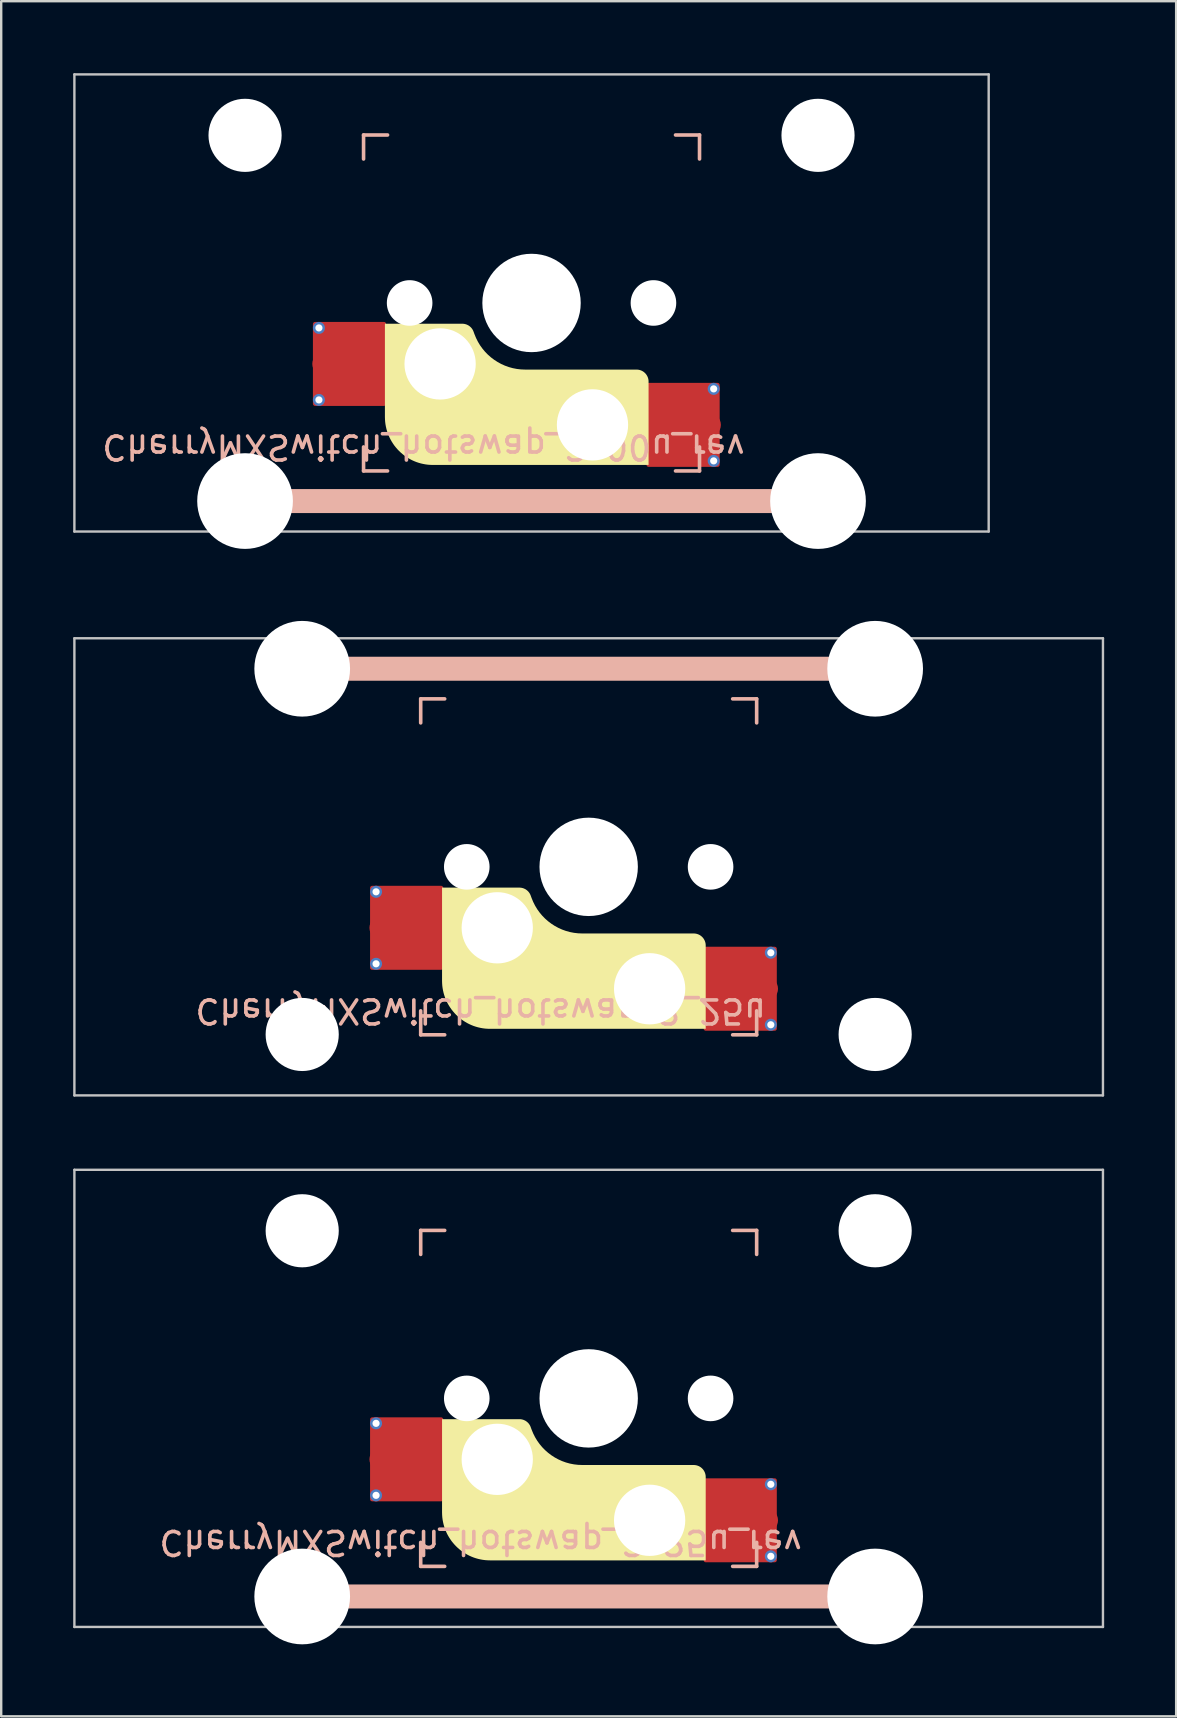
<source format=kicad_pcb>
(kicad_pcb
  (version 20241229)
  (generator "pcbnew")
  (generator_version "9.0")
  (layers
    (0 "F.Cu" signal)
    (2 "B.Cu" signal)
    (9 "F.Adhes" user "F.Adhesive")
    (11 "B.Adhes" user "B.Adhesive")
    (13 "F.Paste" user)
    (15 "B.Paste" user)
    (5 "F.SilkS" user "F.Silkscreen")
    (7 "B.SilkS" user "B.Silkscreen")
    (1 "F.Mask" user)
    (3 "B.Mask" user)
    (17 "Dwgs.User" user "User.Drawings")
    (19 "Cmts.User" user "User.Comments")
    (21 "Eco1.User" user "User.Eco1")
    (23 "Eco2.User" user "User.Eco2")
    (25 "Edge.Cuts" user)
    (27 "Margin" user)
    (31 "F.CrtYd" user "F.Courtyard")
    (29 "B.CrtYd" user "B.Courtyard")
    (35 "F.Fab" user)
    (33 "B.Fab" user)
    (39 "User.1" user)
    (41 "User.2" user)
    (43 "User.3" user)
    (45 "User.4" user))
  (footprint "CherryMXSwitch_hotswap_2_25u"
    (layer "F.Cu")
    (at 21.481 33.073)
    (property "Reference" "CherryMXSwitch_hotswap_2_25u" (at -4.5 6 180) (unlocked yes) (layer "B.SilkS") (effects (font (size 1 1) (thickness 0.15)) (justify mirror)))
    (attr smd)
    (fp_poly (pts (xy 4.877 3.276) (xy 4.876 3.252) (xy 4.875 3.227) (xy 4.872 3.203) (xy 4.867 3.178) (xy 4.862 3.154) (xy 4.855 3.131) (xy 4.848 3.108) (xy 4.839 3.085) (xy 4.829 3.063) (xy 4.818 3.041) (xy 4.806 3.02) (xy 4.793 2.999) (xy 4.779 2.979) (xy 4.764 2.959) (xy 4.748 2.941) (xy 4.731 2.923) (xy 4.713 2.906) (xy 4.694 2.89) (xy 4.675 2.874) (xy 4.654 2.86) (xy 4.634 2.847) (xy 4.612 2.835) (xy 4.591 2.824) (xy 4.568 2.814) (xy 4.546 2.806) (xy 4.522 2.798) (xy 4.499 2.791) (xy 4.475 2.786) (xy 4.451 2.782) (xy 4.426 2.779) (xy 4.402 2.777) (xy 4.377 2.776) (xy -0.266 2.776) (xy -0.442 2.769) (xy -0.615 2.749) (xy -0.784 2.716) (xy -0.95 2.67) (xy -1.11 2.612) (xy -1.265 2.542) (xy -1.414 2.461) (xy -1.556 2.369) (xy -1.691 2.267) (xy -1.818 2.155) (xy -1.937 2.033) (xy -2.046 1.902) (xy -2.146 1.763) (xy -2.235 1.615) (xy -2.313 1.459) (xy -2.38 1.296) (xy -2.417 1.195) (xy -2.424 1.176) (xy -2.432 1.158) (xy -2.44 1.141) (xy -2.449 1.124) (xy -2.459 1.107) (xy -2.469 1.091) (xy -2.48 1.075) (xy -2.491 1.06) (xy -2.503 1.045) (xy -2.515 1.031) (xy -2.528 1.017) (xy -2.542 1.004) (xy -2.556 0.991) (xy -2.57 0.979) (xy -2.585 0.967) (xy -2.6 0.956) (xy -2.615 0.945) (xy -2.631 0.936) (xy -2.648 0.926) (xy -2.665 0.918) (xy -2.682 0.91) (xy -2.699 0.902) (xy -2.717 0.895) (xy -2.735 0.889) (xy -2.753 0.884) (xy -2.771 0.879) (xy -2.79 0.875) (xy -2.809 0.872) (xy -2.828 0.869) (xy -2.848 0.867) (xy -2.867 0.866) (xy -2.887 0.866) (xy -6.11 0.866) (xy -6.11 4.75) (xy -6.107 4.853) (xy -6.1 4.954) (xy -6.087 5.055) (xy -6.069 5.153) (xy -6.047 5.25) (xy -6.02 5.345) (xy -5.989 5.438) (xy -5.953 5.528) (xy -5.913 5.617) (xy -5.869 5.703) (xy -5.82 5.787) (xy -5.768 5.868) (xy -5.713 5.947) (xy -5.653 6.022) (xy -5.59 6.095) (xy -5.524 6.164) (xy -5.455 6.23) (xy -5.382 6.293) (xy -5.307 6.353) (xy -5.228 6.408) (xy -5.147 6.46) (xy -5.063 6.509) (xy -4.977 6.553) (xy -4.888 6.593) (xy -4.798 6.629) (xy -4.705 6.66) (xy -4.61 6.687) (xy -4.513 6.709) (xy -4.415 6.727) (xy -4.314 6.74) (xy -4.213 6.747) (xy -4.11 6.75) (xy 4.877 6.75)) (stroke (width 0) (type solid)) (fill yes) (layer "F.SilkS"))
    (fp_line (start -11.938 -8.255) (end 11.938 -8.255) (stroke (width 1) (type solid)) (layer "B.SilkS"))
    (fp_line (start -7 -7) (end -6 -7) (stroke (width 0.15) (type solid)) (layer "B.SilkS"))
    (fp_line (start -7 -6) (end -7 -7) (stroke (width 0.15) (type solid)) (layer "B.SilkS"))
    (fp_line (start -7 6) (end -7 7) (stroke (width 0.15) (type solid)) (layer "B.SilkS"))
    (fp_line (start -7 7) (end -6 7) (stroke (width 0.15) (type solid)) (layer "B.SilkS"))
    (fp_line (start 6 -7) (end 7 -7) (stroke (width 0.15) (type solid)) (layer "B.SilkS"))
    (fp_line (start 7 -7) (end 7 -6) (stroke (width 0.15) (type solid)) (layer "B.SilkS"))
    (fp_line (start 7 7) (end 6 7) (stroke (width 0.15) (type solid)) (layer "B.SilkS"))
    (fp_line (start 7 7) (end 7 6) (stroke (width 0.15) (type solid)) (layer "B.SilkS"))
    (fp_line (start -21.431 -9.525) (end -21.431 9.525) (stroke (width 0.1) (type solid)) (layer "Dwgs.User"))
    (fp_line (start -21.431 9.525) (end 21.431 9.525) (stroke (width 0.1) (type solid)) (layer "Dwgs.User"))
    (fp_line (start 21.431 -9.525) (end -21.431 -9.525) (stroke (width 0.1) (type solid)) (layer "Dwgs.User"))
    (fp_line (start 21.431 9.525) (end 21.431 -9.525) (stroke (width 0.1) (type solid)) (layer "Dwgs.User"))
    (fp_line (start -7 -7) (end 7 -7) (stroke (width 0.1) (type solid)) (layer "Eco1.User"))
    (fp_line (start -7 7) (end -7 -7) (stroke (width 0.1) (type solid)) (layer "Eco1.User"))
    (fp_line (start 7 -7) (end 7 7) (stroke (width 0.1) (type solid)) (layer "Eco1.User"))
    (fp_line (start 7 7) (end -7 7) (stroke (width 0.1) (type solid)) (layer "Eco1.User"))
    (fp_rect (start 1.75 -3.25) (end -1.75 -6.35) (stroke (width 0.1) (type solid)) (fill no) (layer "Eco1.User"))
    (fp_line (start 0 0) (end 0 -4.8) (stroke (width 0.1) (type solid)) (layer "Eco2.User"))
    (fp_line (start 0 0) (end 8.262 0) (stroke (width 0.1) (type solid)) (layer "Eco2.User"))
    (pad "" np_thru_hole circle (at -11.938 -8.255) (size 3.988 3.988) (drill 3.988) (layers "*.Cu" "*.Mask"))
    (pad "" np_thru_hole circle (at -11.938 6.985) (size 3.048 3.048) (drill 3.048) (layers "*.Cu" "*.Mask"))
    (pad "" np_thru_hole circle (at -5.08 0) (size 1.9 1.9) (drill 1.9) (layers "*.Cu" "*.Mask"))
    (pad "" np_thru_hole circle (at -3.81 2.54) (size 3 3) (drill 2.97) (layers "*.Cu" "*.Mask"))
    (pad "" np_thru_hole circle (at 0 0 270) (size 4.1 4.1) (drill 4.1) (layers "*.Cu" "*.Mask"))
    (pad "" np_thru_hole circle (at 2.54 5.08) (size 3 3) (drill 2.97) (layers "*.Cu" "*.Mask"))
    (pad "" np_thru_hole circle (at 5.08 0) (size 1.9 1.9) (drill 1.9) (layers "*.Cu" "*.Mask"))
    (pad "" np_thru_hole circle (at 11.938 -8.255) (size 3.988 3.988) (drill 3.988) (layers "*.Cu" "*.Mask"))
    (pad "" np_thru_hole circle (at 11.938 6.985) (size 3.048 3.048) (drill 3.048) (layers "*.Cu" "*.Mask"))
    (pad "1" thru_hole circle (at -8.86 1.04) (size 0.5 0.5) (drill 0.3) (layers "*.Cu" "B.Mask"))
    (pad "1" thru_hole circle (at -8.86 4.04) (size 0.5 0.5) (drill 0.3) (layers "*.Cu" "B.Mask"))
    (pad "1" smd circle (at -8.635 2.54 180) (size 1 1) (layers "F.Cu" "F.Mask" "F.Paste"))
    (pad "1" smd roundrect (at -7.585 2.54 180) (size 3.05 3.5) (layers "F.Cu") (roundrect_rratio 0.029))
    (pad "1" smd roundrect (at -7.385 2.54 180) (size 2.55 2.5) (layers "F.Cu" "F.Mask" "F.Paste") (roundrect_rratio 0.1))
    (pad "2" smd roundrect (at 6.115 5.08) (size 2.55 2.5) (layers "F.Cu" "F.Mask" "F.Paste") (roundrect_rratio 0.1))
    (pad "2" smd roundrect (at 6.315 5.08) (size 3.05 3.5) (layers "F.Cu") (roundrect_rratio 0.029))
    (pad "2" smd circle (at 7.39 5.08 180) (size 1 1) (layers "F.Cu" "F.Mask" "F.Paste"))
    (pad "2" thru_hole circle (at 7.59 3.58 180) (size 0.5 0.5) (drill 0.3) (layers "*.Cu" "B.Mask"))
    (pad "2" thru_hole circle (at 7.59 6.58 180) (size 0.5 0.5) (drill 0.3) (layers "*.Cu" "B.Mask")))
  (footprint "CherryMXSwitch_hotswap_2_00u_rev"
    (layer "F.Cu")
    (at 19.1 9.575)
    (property "Reference" "CherryMXSwitch_hotswap_2_00u_rev" (at -4.5 6 180) (unlocked yes) (layer "B.SilkS") (effects (font (size 1 1) (thickness 0.15)) (justify mirror)))
    (attr smd)
    (fp_poly (pts (xy 4.877 3.276) (xy 4.876 3.252) (xy 4.875 3.227) (xy 4.872 3.203) (xy 4.867 3.178) (xy 4.862 3.154) (xy 4.855 3.131) (xy 4.848 3.108) (xy 4.839 3.085) (xy 4.829 3.063) (xy 4.818 3.041) (xy 4.806 3.02) (xy 4.793 2.999) (xy 4.779 2.979) (xy 4.764 2.959) (xy 4.748 2.941) (xy 4.731 2.923) (xy 4.713 2.906) (xy 4.694 2.89) (xy 4.675 2.874) (xy 4.654 2.86) (xy 4.634 2.847) (xy 4.612 2.835) (xy 4.591 2.824) (xy 4.568 2.814) (xy 4.546 2.806) (xy 4.522 2.798) (xy 4.499 2.791) (xy 4.475 2.786) (xy 4.451 2.782) (xy 4.426 2.779) (xy 4.402 2.777) (xy 4.377 2.776) (xy -0.266 2.776) (xy -0.442 2.769) (xy -0.615 2.749) (xy -0.784 2.716) (xy -0.95 2.67) (xy -1.11 2.612) (xy -1.265 2.542) (xy -1.414 2.461) (xy -1.556 2.369) (xy -1.691 2.267) (xy -1.818 2.155) (xy -1.937 2.033) (xy -2.046 1.902) (xy -2.146 1.763) (xy -2.235 1.615) (xy -2.313 1.459) (xy -2.38 1.296) (xy -2.417 1.195) (xy -2.424 1.176) (xy -2.432 1.158) (xy -2.44 1.141) (xy -2.449 1.124) (xy -2.459 1.107) (xy -2.469 1.091) (xy -2.48 1.075) (xy -2.491 1.06) (xy -2.503 1.045) (xy -2.515 1.031) (xy -2.528 1.017) (xy -2.542 1.004) (xy -2.556 0.991) (xy -2.57 0.979) (xy -2.585 0.967) (xy -2.6 0.956) (xy -2.615 0.945) (xy -2.631 0.936) (xy -2.648 0.926) (xy -2.665 0.918) (xy -2.682 0.91) (xy -2.699 0.902) (xy -2.717 0.895) (xy -2.735 0.889) (xy -2.753 0.884) (xy -2.771 0.879) (xy -2.79 0.875) (xy -2.809 0.872) (xy -2.828 0.869) (xy -2.848 0.867) (xy -2.867 0.866) (xy -2.887 0.866) (xy -6.11 0.866) (xy -6.11 4.75) (xy -6.107 4.853) (xy -6.1 4.954) (xy -6.087 5.055) (xy -6.069 5.153) (xy -6.047 5.25) (xy -6.02 5.345) (xy -5.989 5.438) (xy -5.953 5.528) (xy -5.913 5.617) (xy -5.869 5.703) (xy -5.82 5.787) (xy -5.768 5.868) (xy -5.713 5.947) (xy -5.653 6.022) (xy -5.59 6.095) (xy -5.524 6.164) (xy -5.455 6.23) (xy -5.382 6.293) (xy -5.307 6.353) (xy -5.228 6.408) (xy -5.147 6.46) (xy -5.063 6.509) (xy -4.977 6.553) (xy -4.888 6.593) (xy -4.798 6.629) (xy -4.705 6.66) (xy -4.61 6.687) (xy -4.513 6.709) (xy -4.415 6.727) (xy -4.314 6.74) (xy -4.213 6.747) (xy -4.11 6.75) (xy 4.877 6.75)) (stroke (width 0) (type solid)) (fill yes) (layer "F.SilkS"))
    (fp_line (start -7 -7) (end -6 -7) (stroke (width 0.15) (type solid)) (layer "B.SilkS"))
    (fp_line (start -7 -6) (end -7 -7) (stroke (width 0.15) (type solid)) (layer "B.SilkS"))
    (fp_line (start -7 6) (end -7 7) (stroke (width 0.15) (type solid)) (layer "B.SilkS"))
    (fp_line (start -7 7) (end -6 7) (stroke (width 0.15) (type solid)) (layer "B.SilkS"))
    (fp_line (start 6 -7) (end 7 -7) (stroke (width 0.15) (type solid)) (layer "B.SilkS"))
    (fp_line (start 7 -7) (end 7 -6) (stroke (width 0.15) (type solid)) (layer "B.SilkS"))
    (fp_line (start 7 7) (end 6 7) (stroke (width 0.15) (type solid)) (layer "B.SilkS"))
    (fp_line (start 7 7) (end 7 6) (stroke (width 0.15) (type solid)) (layer "B.SilkS"))
    (fp_line (start 11.938 8.255) (end -11.938 8.255) (stroke (width 1) (type solid)) (layer "B.SilkS"))
    (fp_line (start -19.05 -9.525) (end -19.05 9.525) (stroke (width 0.1) (type solid)) (layer "Dwgs.User"))
    (fp_line (start -19.05 9.525) (end 19.05 9.525) (stroke (width 0.1) (type solid)) (layer "Dwgs.User"))
    (fp_line (start 19.05 -9.525) (end -19.05 -9.525) (stroke (width 0.1) (type solid)) (layer "Dwgs.User"))
    (fp_line (start 19.05 9.525) (end 19.05 -9.525) (stroke (width 0.1) (type solid)) (layer "Dwgs.User"))
    (fp_line (start -7 -7) (end 7 -7) (stroke (width 0.1) (type solid)) (layer "Eco1.User"))
    (fp_line (start -7 7) (end -7 -7) (stroke (width 0.1) (type solid)) (layer "Eco1.User"))
    (fp_line (start 7 -7) (end 7 7) (stroke (width 0.1) (type solid)) (layer "Eco1.User"))
    (fp_line (start 7 7) (end -7 7) (stroke (width 0.1) (type solid)) (layer "Eco1.User"))
    (fp_rect (start 1.75 -3.25) (end -1.75 -6.35) (stroke (width 0.1) (type solid)) (fill no) (layer "Eco1.User"))
    (fp_line (start 0 0) (end 0 -4.8) (stroke (width 0.1) (type solid)) (layer "Eco2.User"))
    (fp_line (start 0 0) (end 8.262 0) (stroke (width 0.1) (type solid)) (layer "Eco2.User"))
    (pad "" np_thru_hole circle (at -11.938 -6.985 180) (size 3.048 3.048) (drill 3.048) (layers "*.Cu" "*.Mask"))
    (pad "" np_thru_hole circle (at -11.938 8.255 180) (size 3.988 3.988) (drill 3.988) (layers "*.Cu" "*.Mask"))
    (pad "" np_thru_hole circle (at -5.08 0) (size 1.9 1.9) (drill 1.9) (layers "*.Cu" "*.Mask"))
    (pad "" np_thru_hole circle (at -3.81 2.54) (size 3 3) (drill 2.97) (layers "*.Cu" "*.Mask"))
    (pad "" np_thru_hole circle (at 0 0 270) (size 4.1 4.1) (drill 4.1) (layers "*.Cu" "*.Mask"))
    (pad "" np_thru_hole circle (at 2.54 5.08) (size 3 3) (drill 2.97) (layers "*.Cu" "*.Mask"))
    (pad "" np_thru_hole circle (at 5.08 0) (size 1.9 1.9) (drill 1.9) (layers "*.Cu" "*.Mask"))
    (pad "" np_thru_hole circle (at 11.938 -6.985 180) (size 3.048 3.048) (drill 3.048) (layers "*.Cu" "*.Mask"))
    (pad "" np_thru_hole circle (at 11.938 8.255 180) (size 3.988 3.988) (drill 3.988) (layers "*.Cu" "*.Mask"))
    (pad "1" thru_hole circle (at -8.86 1.04) (size 0.5 0.5) (drill 0.3) (layers "*.Cu" "B.Mask"))
    (pad "1" thru_hole circle (at -8.86 4.04) (size 0.5 0.5) (drill 0.3) (layers "*.Cu" "B.Mask"))
    (pad "1" smd circle (at -8.635 2.54 180) (size 1 1) (layers "F.Cu" "F.Mask" "F.Paste"))
    (pad "1" smd roundrect (at -7.585 2.54 180) (size 3.05 3.5) (layers "F.Cu") (roundrect_rratio 0.029))
    (pad "1" smd roundrect (at -7.385 2.54 180) (size 2.55 2.5) (layers "F.Cu" "F.Mask" "F.Paste") (roundrect_rratio 0.1))
    (pad "2" smd roundrect (at 6.115 5.08) (size 2.55 2.5) (layers "F.Cu" "F.Mask" "F.Paste") (roundrect_rratio 0.1))
    (pad "2" smd roundrect (at 6.315 5.08) (size 3.05 3.5) (layers "F.Cu") (roundrect_rratio 0.029))
    (pad "2" smd circle (at 7.39 5.08 180) (size 1 1) (layers "F.Cu" "F.Mask" "F.Paste"))
    (pad "2" thru_hole circle (at 7.59 3.58 180) (size 0.5 0.5) (drill 0.3) (layers "*.Cu" "B.Mask"))
    (pad "2" thru_hole circle (at 7.59 6.58 180) (size 0.5 0.5) (drill 0.3) (layers "*.Cu" "B.Mask")))
  (footprint "CherryMXSwitch_hotswap_2_25u_rev"
    (layer "F.Cu")
    (at 21.481 55.223)
    (property "Reference" "CherryMXSwitch_hotswap_2_25u_rev" (at -4.5 6 180) (unlocked yes) (layer "B.SilkS") (effects (font (size 1 1) (thickness 0.15)) (justify mirror)))
    (attr smd)
    (fp_poly (pts (xy 4.877 3.276) (xy 4.876 3.252) (xy 4.875 3.227) (xy 4.872 3.203) (xy 4.867 3.178) (xy 4.862 3.154) (xy 4.855 3.131) (xy 4.848 3.108) (xy 4.839 3.085) (xy 4.829 3.063) (xy 4.818 3.041) (xy 4.806 3.02) (xy 4.793 2.999) (xy 4.779 2.979) (xy 4.764 2.959) (xy 4.748 2.941) (xy 4.731 2.923) (xy 4.713 2.906) (xy 4.694 2.89) (xy 4.675 2.874) (xy 4.654 2.86) (xy 4.634 2.847) (xy 4.612 2.835) (xy 4.591 2.824) (xy 4.568 2.814) (xy 4.546 2.806) (xy 4.522 2.798) (xy 4.499 2.791) (xy 4.475 2.786) (xy 4.451 2.782) (xy 4.426 2.779) (xy 4.402 2.777) (xy 4.377 2.776) (xy -0.266 2.776) (xy -0.442 2.769) (xy -0.615 2.749) (xy -0.784 2.716) (xy -0.95 2.67) (xy -1.11 2.612) (xy -1.265 2.542) (xy -1.414 2.461) (xy -1.556 2.369) (xy -1.691 2.267) (xy -1.818 2.155) (xy -1.937 2.033) (xy -2.046 1.902) (xy -2.146 1.763) (xy -2.235 1.615) (xy -2.313 1.459) (xy -2.38 1.296) (xy -2.417 1.195) (xy -2.424 1.176) (xy -2.432 1.158) (xy -2.44 1.141) (xy -2.449 1.124) (xy -2.459 1.107) (xy -2.469 1.091) (xy -2.48 1.075) (xy -2.491 1.06) (xy -2.503 1.045) (xy -2.515 1.031) (xy -2.528 1.017) (xy -2.542 1.004) (xy -2.556 0.991) (xy -2.57 0.979) (xy -2.585 0.967) (xy -2.6 0.956) (xy -2.615 0.945) (xy -2.631 0.936) (xy -2.648 0.926) (xy -2.665 0.918) (xy -2.682 0.91) (xy -2.699 0.902) (xy -2.717 0.895) (xy -2.735 0.889) (xy -2.753 0.884) (xy -2.771 0.879) (xy -2.79 0.875) (xy -2.809 0.872) (xy -2.828 0.869) (xy -2.848 0.867) (xy -2.867 0.866) (xy -2.887 0.866) (xy -6.11 0.866) (xy -6.11 4.75) (xy -6.107 4.853) (xy -6.1 4.954) (xy -6.087 5.055) (xy -6.069 5.153) (xy -6.047 5.25) (xy -6.02 5.345) (xy -5.989 5.438) (xy -5.953 5.528) (xy -5.913 5.617) (xy -5.869 5.703) (xy -5.82 5.787) (xy -5.768 5.868) (xy -5.713 5.947) (xy -5.653 6.022) (xy -5.59 6.095) (xy -5.524 6.164) (xy -5.455 6.23) (xy -5.382 6.293) (xy -5.307 6.353) (xy -5.228 6.408) (xy -5.147 6.46) (xy -5.063 6.509) (xy -4.977 6.553) (xy -4.888 6.593) (xy -4.798 6.629) (xy -4.705 6.66) (xy -4.61 6.687) (xy -4.513 6.709) (xy -4.415 6.727) (xy -4.314 6.74) (xy -4.213 6.747) (xy -4.11 6.75) (xy 4.877 6.75)) (stroke (width 0) (type solid)) (fill yes) (layer "F.SilkS"))
    (fp_line (start -7 -7) (end -6 -7) (stroke (width 0.15) (type solid)) (layer "B.SilkS"))
    (fp_line (start -7 -6) (end -7 -7) (stroke (width 0.15) (type solid)) (layer "B.SilkS"))
    (fp_line (start -7 6) (end -7 7) (stroke (width 0.15) (type solid)) (layer "B.SilkS"))
    (fp_line (start -7 7) (end -6 7) (stroke (width 0.15) (type solid)) (layer "B.SilkS"))
    (fp_line (start 6 -7) (end 7 -7) (stroke (width 0.15) (type solid)) (layer "B.SilkS"))
    (fp_line (start 7 -7) (end 7 -6) (stroke (width 0.15) (type solid)) (layer "B.SilkS"))
    (fp_line (start 7 7) (end 6 7) (stroke (width 0.15) (type solid)) (layer "B.SilkS"))
    (fp_line (start 7 7) (end 7 6) (stroke (width 0.15) (type solid)) (layer "B.SilkS"))
    (fp_line (start 11.938 8.255) (end -11.938 8.255) (stroke (width 1) (type solid)) (layer "B.SilkS"))
    (fp_line (start -21.431 -9.525) (end -21.431 9.525) (stroke (width 0.1) (type solid)) (layer "Dwgs.User"))
    (fp_line (start -21.431 9.525) (end 21.431 9.525) (stroke (width 0.1) (type solid)) (layer "Dwgs.User"))
    (fp_line (start 21.431 -9.525) (end -21.431 -9.525) (stroke (width 0.1) (type solid)) (layer "Dwgs.User"))
    (fp_line (start 21.431 9.525) (end 21.431 -9.525) (stroke (width 0.1) (type solid)) (layer "Dwgs.User"))
    (fp_line (start -7 -7) (end 7 -7) (stroke (width 0.1) (type solid)) (layer "Eco1.User"))
    (fp_line (start -7 7) (end -7 -7) (stroke (width 0.1) (type solid)) (layer "Eco1.User"))
    (fp_line (start 7 -7) (end 7 7) (stroke (width 0.1) (type solid)) (layer "Eco1.User"))
    (fp_line (start 7 7) (end -7 7) (stroke (width 0.1) (type solid)) (layer "Eco1.User"))
    (fp_rect (start 1.75 -3.25) (end -1.75 -6.35) (stroke (width 0.1) (type solid)) (fill no) (layer "Eco1.User"))
    (fp_line (start 0 0) (end 0 -4.8) (stroke (width 0.1) (type solid)) (layer "Eco2.User"))
    (fp_line (start 0 0) (end 8.262 0) (stroke (width 0.1) (type solid)) (layer "Eco2.User"))
    (pad "" np_thru_hole circle (at -11.938 -6.985 180) (size 3.048 3.048) (drill 3.048) (layers "*.Cu" "*.Mask"))
    (pad "" np_thru_hole circle (at -11.938 8.255 180) (size 3.988 3.988) (drill 3.988) (layers "*.Cu" "*.Mask"))
    (pad "" np_thru_hole circle (at -5.08 0) (size 1.9 1.9) (drill 1.9) (layers "*.Cu" "*.Mask"))
    (pad "" np_thru_hole circle (at -3.81 2.54) (size 3 3) (drill 2.97) (layers "*.Cu" "*.Mask"))
    (pad "" np_thru_hole circle (at 0 0 270) (size 4.1 4.1) (drill 4.1) (layers "*.Cu" "*.Mask"))
    (pad "" np_thru_hole circle (at 2.54 5.08) (size 3 3) (drill 2.97) (layers "*.Cu" "*.Mask"))
    (pad "" np_thru_hole circle (at 5.08 0) (size 1.9 1.9) (drill 1.9) (layers "*.Cu" "*.Mask"))
    (pad "" np_thru_hole circle (at 11.938 -6.985 180) (size 3.048 3.048) (drill 3.048) (layers "*.Cu" "*.Mask"))
    (pad "" np_thru_hole circle (at 11.938 8.255 180) (size 3.988 3.988) (drill 3.988) (layers "*.Cu" "*.Mask"))
    (pad "1" thru_hole circle (at -8.86 1.04) (size 0.5 0.5) (drill 0.3) (layers "*.Cu" "B.Mask"))
    (pad "1" thru_hole circle (at -8.86 4.04) (size 0.5 0.5) (drill 0.3) (layers "*.Cu" "B.Mask"))
    (pad "1" smd circle (at -8.635 2.54 180) (size 1 1) (layers "F.Cu" "F.Mask" "F.Paste"))
    (pad "1" smd roundrect (at -7.585 2.54 180) (size 3.05 3.5) (layers "F.Cu") (roundrect_rratio 0.029))
    (pad "1" smd roundrect (at -7.385 2.54 180) (size 2.55 2.5) (layers "F.Cu" "F.Mask" "F.Paste") (roundrect_rratio 0.1))
    (pad "2" smd roundrect (at 6.115 5.08) (size 2.55 2.5) (layers "F.Cu" "F.Mask" "F.Paste") (roundrect_rratio 0.1))
    (pad "2" smd roundrect (at 6.315 5.08) (size 3.05 3.5) (layers "F.Cu") (roundrect_rratio 0.029))
    (pad "2" smd circle (at 7.39 5.08 180) (size 1 1) (layers "F.Cu" "F.Mask" "F.Paste"))
    (pad "2" thru_hole circle (at 7.59 3.58 180) (size 0.5 0.5) (drill 0.3) (layers "*.Cu" "B.Mask"))
    (pad "2" thru_hole circle (at 7.59 6.58 180) (size 0.5 0.5) (drill 0.3) (layers "*.Cu" "B.Mask")))
  (gr_rect
    (start -3 -3)
    (end 45.962 68.472)
    (stroke (width 0.1) (type default))
    (fill no)
    (layer "Edge.Cuts")))
</source>
